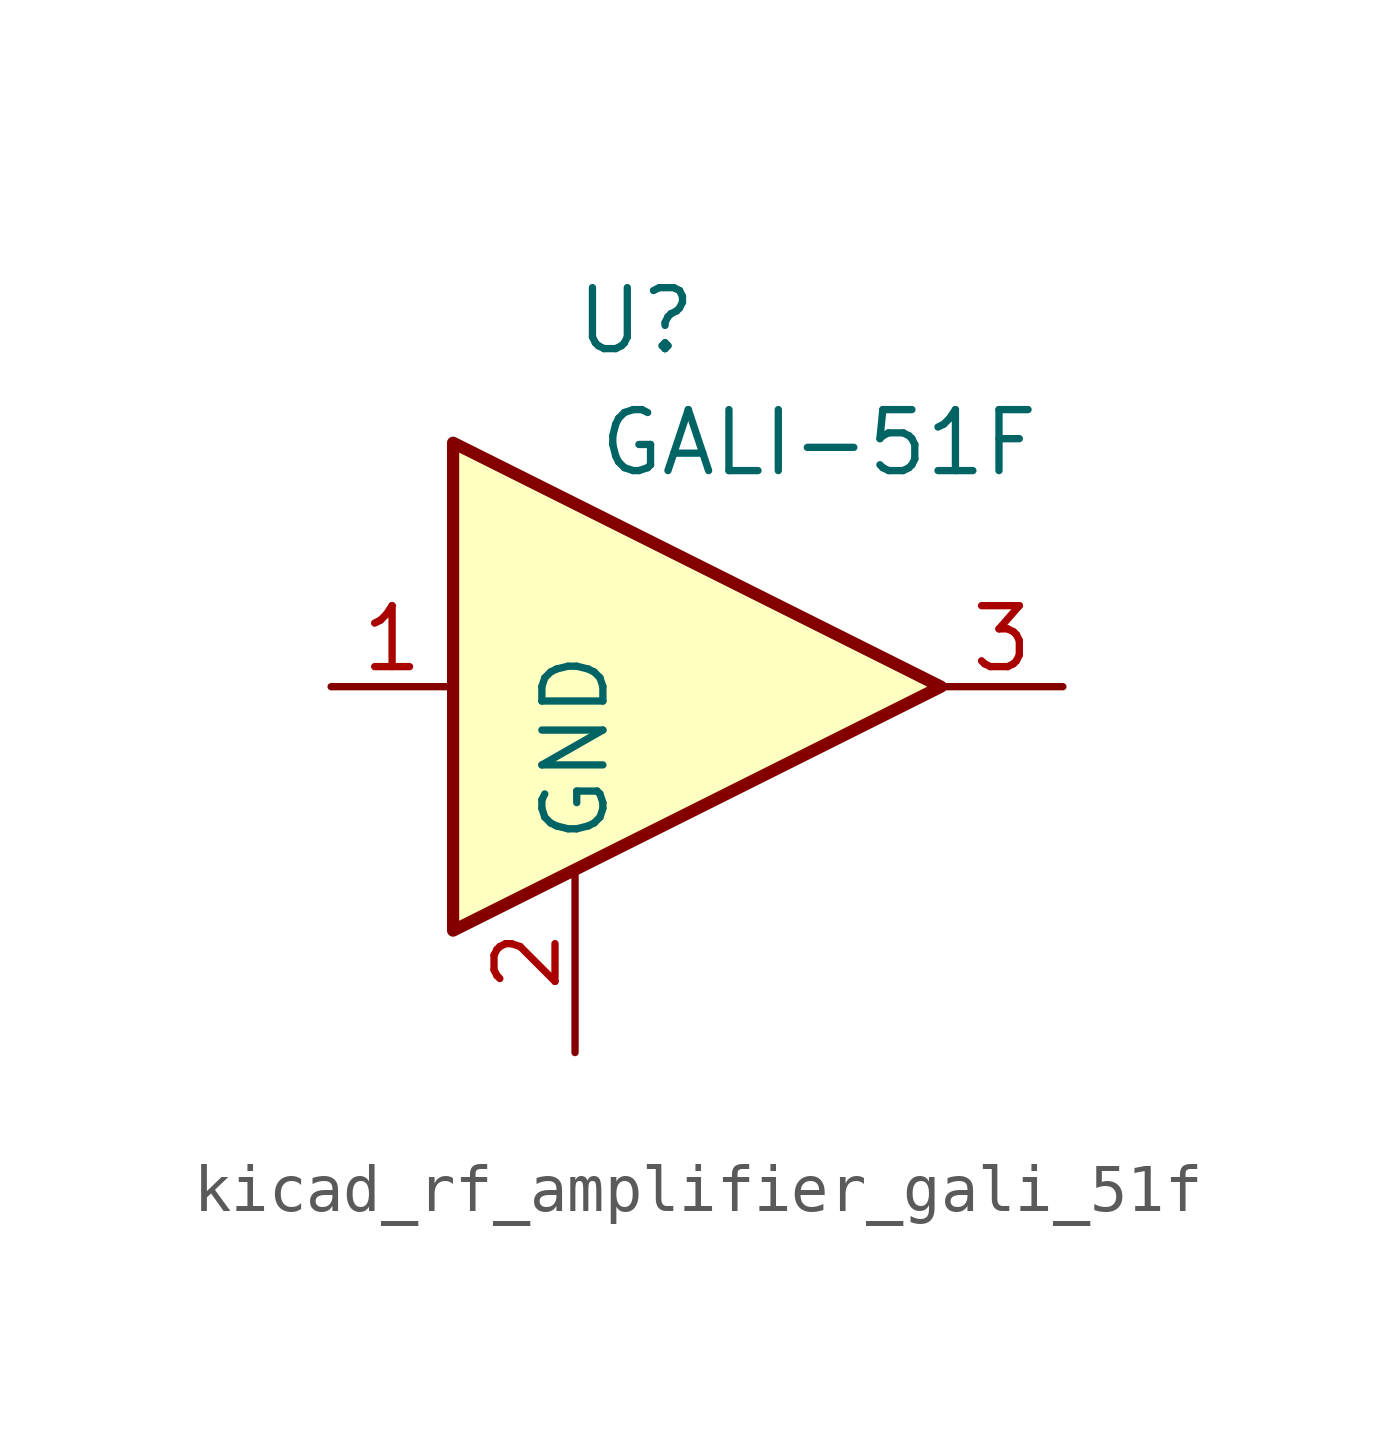
<source format=kicad_sym>
(kicad_symbol_lib
  (version 20220914)
  (generator kicad_symbol_editor)
  (symbol "kicad_rf_amplifier_gali_51f"
    (property "Reference" "U"
      (at -1.27 7.62 0)
      (effects (font (size 1.27 1.27))))
    (property "Value" "GALI-51F"
      (at 2.54 5.08 0)
      (effects (font (size 1.27 1.27))))
    (symbol "kicad_rf_amplifier_gali_51f_0_1"
      (polyline (pts (xy 5.08 0) (xy -5.08 5.08) (xy -5.08 -5.08) (xy 5.08 0)) (stroke (width 0.254) (type default)) (fill (type background))))
    (symbol "kicad_rf_amplifier_gali_51f_1_1"
      (pin input line (at -7.62 0 0) (length 2.54) (name "~" (effects (font (size 1.27 1.27)))) (number "1" (effects (font (size 1.27 1.27)))))
      (pin power_in line (at -2.54 -7.62 90) (length 3.81) (name "GND" (effects (font (size 1.27 1.27)))) (number "2" (effects (font (size 1.27 1.27)))))
      (pin output line (at 7.62 0 180) (length 2.54) (name "~" (effects (font (size 1.27 1.27)))) (number "3" (effects (font (size 1.27 1.27))))))))
</source>
